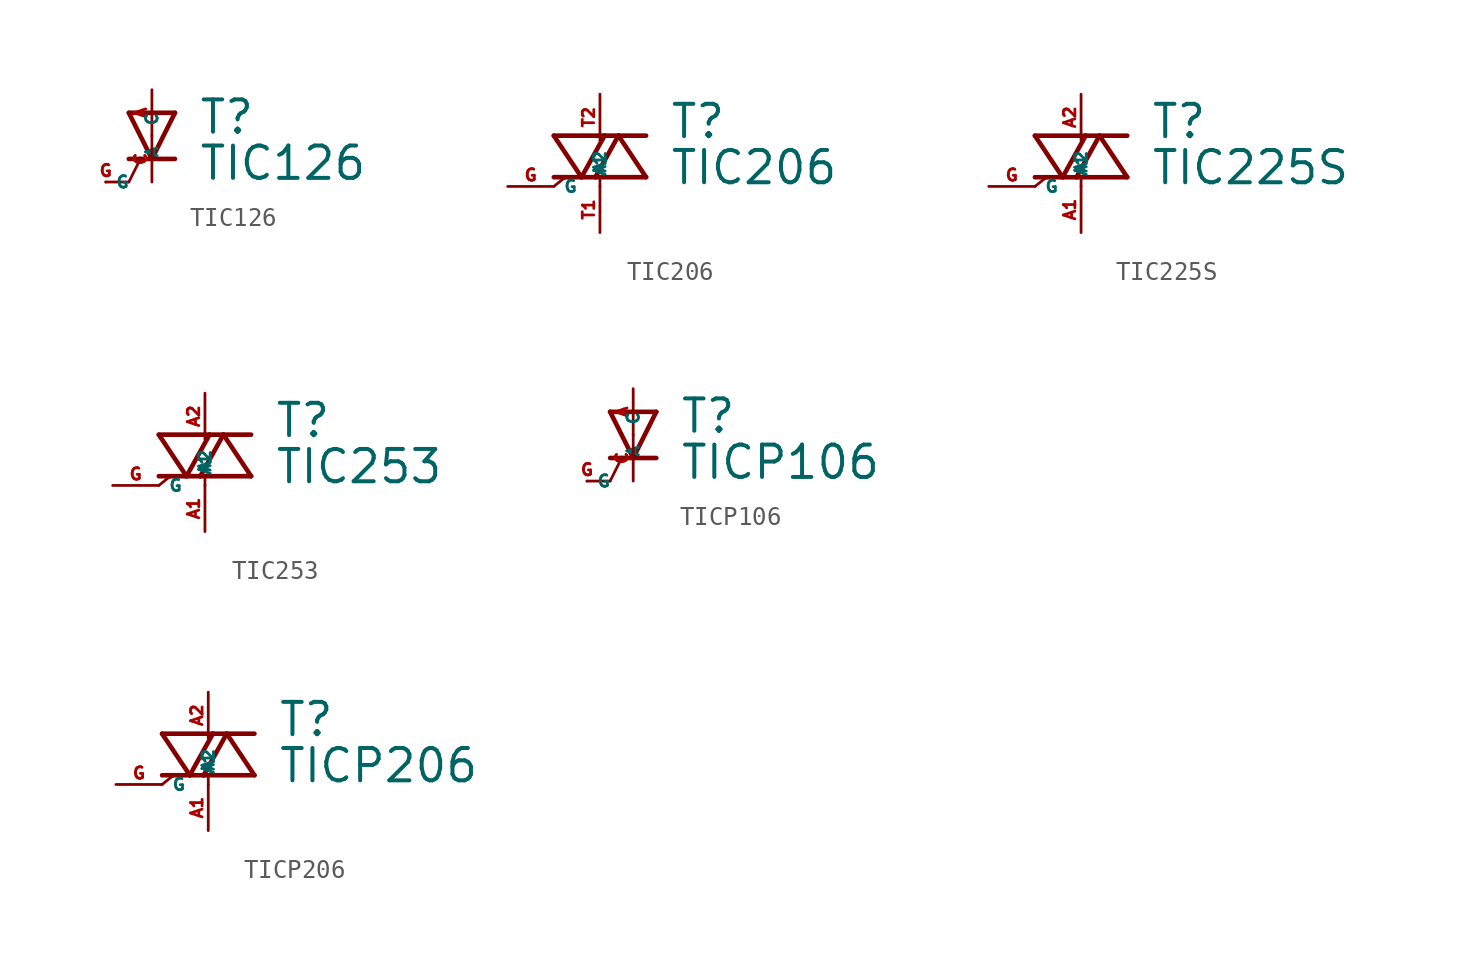
<source format=kicad_sym>
(kicad_symbol_lib
  (version 20220914)
  (generator Eagle2Kicad)
  (symbol "TIC126"
    (property "Reference" "T"
      (at 2.54 0 0)
      (effects (font (size 1.778 1.778) (thickness 0.22)) (justify left bottom)))
    (property "Value" "TIC126"
      (at 2.54 -2.54 0)
      (effects (font (size 1.778 1.778) (thickness 0.22)) (justify left bottom)))
    (polyline
      (pts (xy 0 -1.27) (xy 1.27 -1.27))
      (stroke (width 0.254) (type default))
      (fill (type none)))
    (polyline
      (pts (xy -1.27 -1.27) (xy -0.635 -1.27))
      (stroke (width 0.254) (type default))
      (fill (type none)))
    (polyline
      (pts (xy 1.27 1.27) (xy 0 -1.27))
      (stroke (width 0.254) (type default))
      (fill (type none)))
    (polyline
      (pts (xy 0 -1.27) (xy -1.27 1.27))
      (stroke (width 0.254) (type default))
      (fill (type none)))
    (polyline
      (pts (xy -0.635 -1.27) (xy -1.27 -2.54))
      (stroke (width 0.152) (type default))
      (fill (type none)))
    (polyline
      (pts (xy -0.635 -1.27) (xy 0 -1.27))
      (stroke (width 0.254) (type default))
      (fill (type none)))
    (polyline
      (pts (xy -1.27 -2.54) (xy -2.54 -2.54))
      (stroke (width 0.152) (type default))
      (fill (type none)))
    (polyline
      (pts (xy -1.27 1.27) (xy 1.27 1.27))
      (stroke (width 0.254) (type default))
      (fill (type none)))
    (pin passive line
      (at 0 -2.54 90)
      (length 2.54)
      (name "C" (effects (font (size 0.635 0.635) (thickness 0.08)) (justify left bottom)))
      (number "C" (effects (font (size 0.635 0.635) (thickness 0.08)) (justify left bottom))))
    (pin passive line
      (at 0 2.54 270)
      (length 2.54)
      (name "A" (effects (font (size 0.635 0.635) (thickness 0.08)) (justify left bottom)))
      (number "A" (effects (font (size 0.635 0.635) (thickness 0.08)) (justify left bottom))))
    (pin passive line
      (at -2.54 -2.54 0)
      (length 0)
      (name "G" (effects (font (size 0.635 0.635) (thickness 0.08)) (justify left bottom)))
      (number "G" (effects (font (size 0.635 0.635) (thickness 0.08)) (justify left bottom)))))
  (symbol "TIC206"
    (property "Reference" "T"
      (at 3.81 2.54 0)
      (effects (font (size 1.778 1.778) (thickness 0.22)) (justify left bottom)))
    (property "Value" "TIC206"
      (at 3.81 0 0)
      (effects (font (size 1.778 1.778) (thickness 0.22)) (justify left bottom)))
    (polyline
      (pts (xy -2.54 2.794) (xy -1.016 0.508))
      (stroke (width 0.254) (type default))
      (fill (type none)))
    (polyline
      (pts (xy -1.016 0.508) (xy 0.254 2.794))
      (stroke (width 0.254) (type default))
      (fill (type none)))
    (polyline
      (pts (xy 0.254 2.794) (xy -2.54 2.794))
      (stroke (width 0.254) (type default))
      (fill (type none)))
    (polyline
      (pts (xy 1.016 2.794) (xy 0.254 2.794))
      (stroke (width 0.254) (type default))
      (fill (type none)))
    (polyline
      (pts (xy -0.254 0.508) (xy 1.016 2.794))
      (stroke (width 0.254) (type default))
      (fill (type none)))
    (polyline
      (pts (xy 1.016 2.794) (xy 2.54 0.508))
      (stroke (width 0.254) (type default))
      (fill (type none)))
    (polyline
      (pts (xy 2.54 0.508) (xy 0 0.508))
      (stroke (width 0.254) (type default))
      (fill (type none)))
    (polyline
      (pts (xy 0 0.508) (xy -0.254 0.508))
      (stroke (width 0.254) (type default))
      (fill (type none)))
    (polyline
      (pts (xy 1.016 2.794) (xy 2.54 2.794))
      (stroke (width 0.254) (type default))
      (fill (type none)))
    (polyline
      (pts (xy -1.905 0.508) (xy -2.54 0))
      (stroke (width 0.152) (type default))
      (fill (type none)))
    (polyline
      (pts (xy -1.016 0.508) (xy -1.905 0.508))
      (stroke (width 0.254) (type default))
      (fill (type none)))
    (polyline
      (pts (xy -1.905 0.508) (xy -2.54 0.508))
      (stroke (width 0.254) (type default))
      (fill (type none)))
    (polyline
      (pts (xy -1.016 0.508) (xy -0.254 0.508))
      (stroke (width 0.254) (type default))
      (fill (type none)))
    (polyline
      (pts (xy 0 0) (xy 0 0.508))
      (stroke (width 0.152) (type default))
      (fill (type none)))
    (pin passive line
      (at 0 5.08 270)
      (length 2.54)
      (name "A2" (effects (font (size 0.635 0.635) (thickness 0.08)) (justify left bottom)))
      (number "T2" (effects (font (size 0.635 0.635) (thickness 0.08)) (justify left bottom))))
    (pin passive line
      (at 0 -2.54 90)
      (length 2.54)
      (name "A1" (effects (font (size 0.635 0.635) (thickness 0.08)) (justify left bottom)))
      (number "T1" (effects (font (size 0.635 0.635) (thickness 0.08)) (justify left bottom))))
    (pin passive line
      (at -5.08 0 0)
      (length 2.54)
      (name "G" (effects (font (size 0.635 0.635) (thickness 0.08)) (justify left bottom)))
      (number "G" (effects (font (size 0.635 0.635) (thickness 0.08)) (justify left bottom)))))
  (symbol "TIC225S"
    (property "Reference" "T"
      (at 3.81 2.54 0)
      (effects (font (size 1.778 1.778) (thickness 0.22)) (justify left bottom)))
    (property "Value" "TIC225S"
      (at 3.81 0 0)
      (effects (font (size 1.778 1.778) (thickness 0.22)) (justify left bottom)))
    (polyline
      (pts (xy -2.54 2.794) (xy -1.016 0.508))
      (stroke (width 0.254) (type default))
      (fill (type none)))
    (polyline
      (pts (xy -1.016 0.508) (xy 0.254 2.794))
      (stroke (width 0.254) (type default))
      (fill (type none)))
    (polyline
      (pts (xy 0.254 2.794) (xy -2.54 2.794))
      (stroke (width 0.254) (type default))
      (fill (type none)))
    (polyline
      (pts (xy 1.016 2.794) (xy 0.254 2.794))
      (stroke (width 0.254) (type default))
      (fill (type none)))
    (polyline
      (pts (xy -0.254 0.508) (xy 1.016 2.794))
      (stroke (width 0.254) (type default))
      (fill (type none)))
    (polyline
      (pts (xy 1.016 2.794) (xy 2.54 0.508))
      (stroke (width 0.254) (type default))
      (fill (type none)))
    (polyline
      (pts (xy 2.54 0.508) (xy 0 0.508))
      (stroke (width 0.254) (type default))
      (fill (type none)))
    (polyline
      (pts (xy 0 0.508) (xy -0.254 0.508))
      (stroke (width 0.254) (type default))
      (fill (type none)))
    (polyline
      (pts (xy 1.016 2.794) (xy 2.54 2.794))
      (stroke (width 0.254) (type default))
      (fill (type none)))
    (polyline
      (pts (xy -1.905 0.508) (xy -2.54 0))
      (stroke (width 0.152) (type default))
      (fill (type none)))
    (polyline
      (pts (xy -1.016 0.508) (xy -1.905 0.508))
      (stroke (width 0.254) (type default))
      (fill (type none)))
    (polyline
      (pts (xy -1.905 0.508) (xy -2.54 0.508))
      (stroke (width 0.254) (type default))
      (fill (type none)))
    (polyline
      (pts (xy -1.016 0.508) (xy -0.254 0.508))
      (stroke (width 0.254) (type default))
      (fill (type none)))
    (polyline
      (pts (xy 0 0) (xy 0 0.508))
      (stroke (width 0.152) (type default))
      (fill (type none)))
    (pin passive line
      (at 0 5.08 270)
      (length 2.54)
      (name "A2" (effects (font (size 0.635 0.635) (thickness 0.08)) (justify left bottom)))
      (number "A2" (effects (font (size 0.635 0.635) (thickness 0.08)) (justify left bottom))))
    (pin passive line
      (at 0 -2.54 90)
      (length 2.54)
      (name "A1" (effects (font (size 0.635 0.635) (thickness 0.08)) (justify left bottom)))
      (number "A1" (effects (font (size 0.635 0.635) (thickness 0.08)) (justify left bottom))))
    (pin passive line
      (at -5.08 0 0)
      (length 2.54)
      (name "G" (effects (font (size 0.635 0.635) (thickness 0.08)) (justify left bottom)))
      (number "G" (effects (font (size 0.635 0.635) (thickness 0.08)) (justify left bottom)))))
  (symbol "TIC253"
    (property "Reference" "T"
      (at 3.81 2.54 0)
      (effects (font (size 1.778 1.778) (thickness 0.22)) (justify left bottom)))
    (property "Value" "TIC253"
      (at 3.81 0 0)
      (effects (font (size 1.778 1.778) (thickness 0.22)) (justify left bottom)))
    (polyline
      (pts (xy -2.54 2.794) (xy -1.016 0.508))
      (stroke (width 0.254) (type default))
      (fill (type none)))
    (polyline
      (pts (xy -1.016 0.508) (xy 0.254 2.794))
      (stroke (width 0.254) (type default))
      (fill (type none)))
    (polyline
      (pts (xy 0.254 2.794) (xy -2.54 2.794))
      (stroke (width 0.254) (type default))
      (fill (type none)))
    (polyline
      (pts (xy 1.016 2.794) (xy 0.254 2.794))
      (stroke (width 0.254) (type default))
      (fill (type none)))
    (polyline
      (pts (xy -0.254 0.508) (xy 1.016 2.794))
      (stroke (width 0.254) (type default))
      (fill (type none)))
    (polyline
      (pts (xy 1.016 2.794) (xy 2.54 0.508))
      (stroke (width 0.254) (type default))
      (fill (type none)))
    (polyline
      (pts (xy 2.54 0.508) (xy 0 0.508))
      (stroke (width 0.254) (type default))
      (fill (type none)))
    (polyline
      (pts (xy 0 0.508) (xy -0.254 0.508))
      (stroke (width 0.254) (type default))
      (fill (type none)))
    (polyline
      (pts (xy 1.016 2.794) (xy 2.54 2.794))
      (stroke (width 0.254) (type default))
      (fill (type none)))
    (polyline
      (pts (xy -1.905 0.508) (xy -2.54 0))
      (stroke (width 0.152) (type default))
      (fill (type none)))
    (polyline
      (pts (xy -1.016 0.508) (xy -1.905 0.508))
      (stroke (width 0.254) (type default))
      (fill (type none)))
    (polyline
      (pts (xy -1.905 0.508) (xy -2.54 0.508))
      (stroke (width 0.254) (type default))
      (fill (type none)))
    (polyline
      (pts (xy -1.016 0.508) (xy -0.254 0.508))
      (stroke (width 0.254) (type default))
      (fill (type none)))
    (polyline
      (pts (xy 0 0) (xy 0 0.508))
      (stroke (width 0.152) (type default))
      (fill (type none)))
    (pin passive line
      (at 0 5.08 270)
      (length 2.54)
      (name "A2" (effects (font (size 0.635 0.635) (thickness 0.08)) (justify left bottom)))
      (number "A2" (effects (font (size 0.635 0.635) (thickness 0.08)) (justify left bottom))))
    (pin passive line
      (at 0 -2.54 90)
      (length 2.54)
      (name "A1" (effects (font (size 0.635 0.635) (thickness 0.08)) (justify left bottom)))
      (number "A1" (effects (font (size 0.635 0.635) (thickness 0.08)) (justify left bottom))))
    (pin passive line
      (at -5.08 0 0)
      (length 2.54)
      (name "G" (effects (font (size 0.635 0.635) (thickness 0.08)) (justify left bottom)))
      (number "G" (effects (font (size 0.635 0.635) (thickness 0.08)) (justify left bottom)))))
  (symbol "TICP106"
    (property "Reference" "T"
      (at 2.54 0 0)
      (effects (font (size 1.778 1.778) (thickness 0.22)) (justify left bottom)))
    (property "Value" "TICP106"
      (at 2.54 -2.54 0)
      (effects (font (size 1.778 1.778) (thickness 0.22)) (justify left bottom)))
    (polyline
      (pts (xy 0 -1.27) (xy 1.27 -1.27))
      (stroke (width 0.254) (type default))
      (fill (type none)))
    (polyline
      (pts (xy -1.27 -1.27) (xy -0.635 -1.27))
      (stroke (width 0.254) (type default))
      (fill (type none)))
    (polyline
      (pts (xy 1.27 1.27) (xy 0 -1.27))
      (stroke (width 0.254) (type default))
      (fill (type none)))
    (polyline
      (pts (xy 0 -1.27) (xy -1.27 1.27))
      (stroke (width 0.254) (type default))
      (fill (type none)))
    (polyline
      (pts (xy -0.635 -1.27) (xy -1.27 -2.54))
      (stroke (width 0.152) (type default))
      (fill (type none)))
    (polyline
      (pts (xy -0.635 -1.27) (xy 0 -1.27))
      (stroke (width 0.254) (type default))
      (fill (type none)))
    (polyline
      (pts (xy -1.27 -2.54) (xy -2.54 -2.54))
      (stroke (width 0.152) (type default))
      (fill (type none)))
    (polyline
      (pts (xy -1.27 1.27) (xy 1.27 1.27))
      (stroke (width 0.254) (type default))
      (fill (type none)))
    (pin passive line
      (at 0 -2.54 90)
      (length 2.54)
      (name "C" (effects (font (size 0.635 0.635) (thickness 0.08)) (justify left bottom)))
      (number "C" (effects (font (size 0.635 0.635) (thickness 0.08)) (justify left bottom))))
    (pin passive line
      (at 0 2.54 270)
      (length 2.54)
      (name "A" (effects (font (size 0.635 0.635) (thickness 0.08)) (justify left bottom)))
      (number "A" (effects (font (size 0.635 0.635) (thickness 0.08)) (justify left bottom))))
    (pin passive line
      (at -2.54 -2.54 0)
      (length 0)
      (name "G" (effects (font (size 0.635 0.635) (thickness 0.08)) (justify left bottom)))
      (number "G" (effects (font (size 0.635 0.635) (thickness 0.08)) (justify left bottom)))))
  (symbol "TICP206"
    (property "Reference" "T"
      (at 3.81 2.54 0)
      (effects (font (size 1.778 1.778) (thickness 0.22)) (justify left bottom)))
    (property "Value" "TICP206"
      (at 3.81 0 0)
      (effects (font (size 1.778 1.778) (thickness 0.22)) (justify left bottom)))
    (polyline
      (pts (xy -2.54 2.794) (xy -1.016 0.508))
      (stroke (width 0.254) (type default))
      (fill (type none)))
    (polyline
      (pts (xy -1.016 0.508) (xy 0.254 2.794))
      (stroke (width 0.254) (type default))
      (fill (type none)))
    (polyline
      (pts (xy 0.254 2.794) (xy -2.54 2.794))
      (stroke (width 0.254) (type default))
      (fill (type none)))
    (polyline
      (pts (xy 1.016 2.794) (xy 0.254 2.794))
      (stroke (width 0.254) (type default))
      (fill (type none)))
    (polyline
      (pts (xy -0.254 0.508) (xy 1.016 2.794))
      (stroke (width 0.254) (type default))
      (fill (type none)))
    (polyline
      (pts (xy 1.016 2.794) (xy 2.54 0.508))
      (stroke (width 0.254) (type default))
      (fill (type none)))
    (polyline
      (pts (xy 2.54 0.508) (xy 0 0.508))
      (stroke (width 0.254) (type default))
      (fill (type none)))
    (polyline
      (pts (xy 0 0.508) (xy -0.254 0.508))
      (stroke (width 0.254) (type default))
      (fill (type none)))
    (polyline
      (pts (xy 1.016 2.794) (xy 2.54 2.794))
      (stroke (width 0.254) (type default))
      (fill (type none)))
    (polyline
      (pts (xy -1.905 0.508) (xy -2.54 0))
      (stroke (width 0.152) (type default))
      (fill (type none)))
    (polyline
      (pts (xy -1.016 0.508) (xy -1.905 0.508))
      (stroke (width 0.254) (type default))
      (fill (type none)))
    (polyline
      (pts (xy -1.905 0.508) (xy -2.54 0.508))
      (stroke (width 0.254) (type default))
      (fill (type none)))
    (polyline
      (pts (xy -1.016 0.508) (xy -0.254 0.508))
      (stroke (width 0.254) (type default))
      (fill (type none)))
    (polyline
      (pts (xy 0 0) (xy 0 0.508))
      (stroke (width 0.152) (type default))
      (fill (type none)))
    (pin passive line
      (at 0 5.08 270)
      (length 2.54)
      (name "A2" (effects (font (size 0.635 0.635) (thickness 0.08)) (justify left bottom)))
      (number "A2" (effects (font (size 0.635 0.635) (thickness 0.08)) (justify left bottom))))
    (pin passive line
      (at 0 -2.54 90)
      (length 2.54)
      (name "A1" (effects (font (size 0.635 0.635) (thickness 0.08)) (justify left bottom)))
      (number "A1" (effects (font (size 0.635 0.635) (thickness 0.08)) (justify left bottom))))
    (pin passive line
      (at -5.08 0 0)
      (length 2.54)
      (name "G" (effects (font (size 0.635 0.635) (thickness 0.08)) (justify left bottom)))
      (number "G" (effects (font (size 0.635 0.635) (thickness 0.08)) (justify left bottom))))))
</source>
